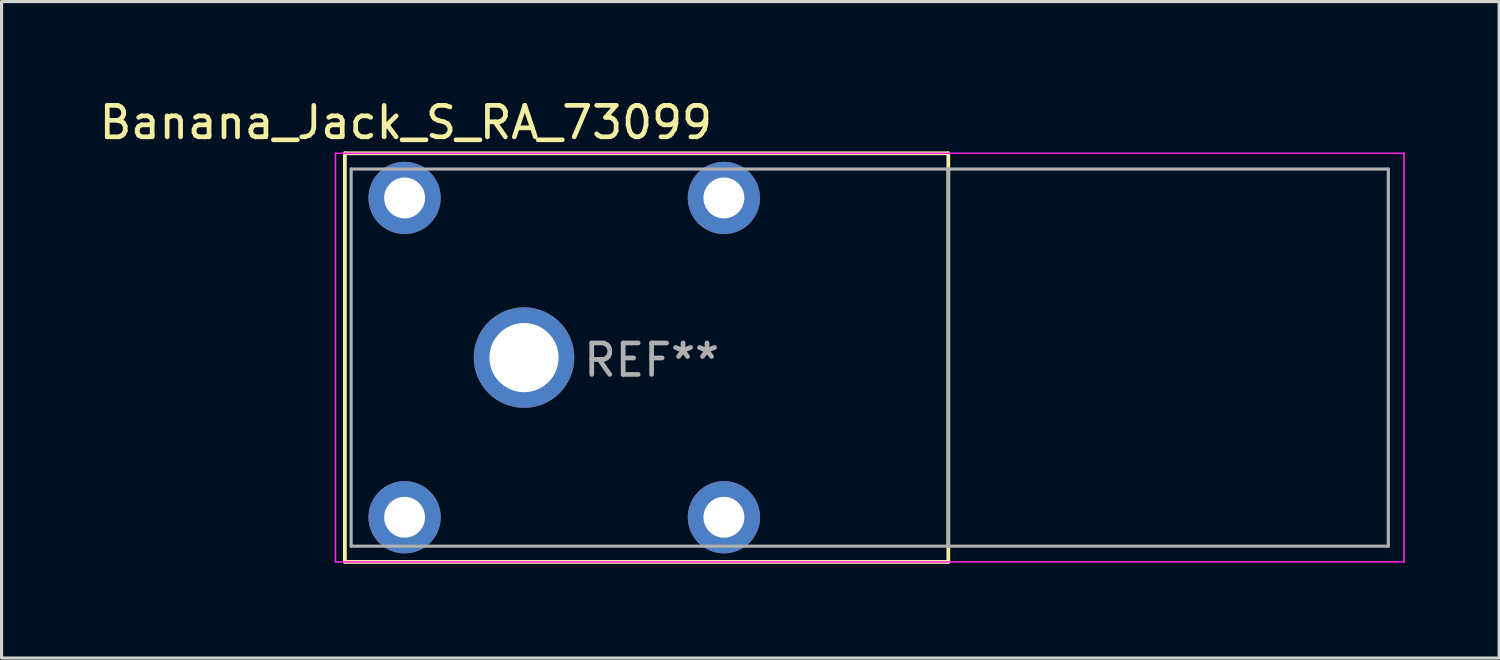
<source format=kicad_pcb>
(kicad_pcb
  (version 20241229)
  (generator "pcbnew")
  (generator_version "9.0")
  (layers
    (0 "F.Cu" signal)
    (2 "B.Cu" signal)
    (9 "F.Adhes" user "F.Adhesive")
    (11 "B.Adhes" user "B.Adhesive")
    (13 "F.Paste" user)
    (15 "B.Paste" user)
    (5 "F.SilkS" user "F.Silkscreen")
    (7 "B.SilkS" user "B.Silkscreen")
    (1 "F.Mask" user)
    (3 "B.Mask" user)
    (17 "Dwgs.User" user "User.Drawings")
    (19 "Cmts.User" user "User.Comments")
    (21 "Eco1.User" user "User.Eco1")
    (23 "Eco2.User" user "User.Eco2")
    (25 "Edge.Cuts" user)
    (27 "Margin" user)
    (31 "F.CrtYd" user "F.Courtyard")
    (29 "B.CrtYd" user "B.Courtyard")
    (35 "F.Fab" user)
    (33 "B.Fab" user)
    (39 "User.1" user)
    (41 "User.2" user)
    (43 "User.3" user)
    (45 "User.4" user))
  (footprint "Banana_Jack_S_RA_73099"
    (layer "F.Cu")
    (at 13.623 8.328)
    (property "Reference" "Banana_Jack_S_RA_73099" (at -3.76 -7.48 180) (layer "F.SilkS") (effects (font (size 1 1) (thickness 0.15))))
    (attr through_hole)
    (fp_line (start -5.7 -6.5) (end -5.7 6.5) (stroke (width 0.12) (type solid)) (layer "F.SilkS"))
    (fp_line (start -5.7 6.5) (end 13.5 6.5) (stroke (width 0.12) (type solid)) (layer "F.SilkS"))
    (fp_line (start 13.5 -6.5) (end -5.7 -6.5) (stroke (width 0.12) (type solid)) (layer "F.SilkS"))
    (fp_line (start 13.5 -6.5) (end 13.5 6.5) (stroke (width 0.12) (type solid)) (layer "F.SilkS"))
    (fp_line (start -6 -6.5) (end -6 6.5) (stroke (width 0.05) (type solid)) (layer "F.CrtYd"))
    (fp_line (start -6 6.5) (end 28 6.5) (stroke (width 0.05) (type solid)) (layer "F.CrtYd"))
    (fp_line (start 28 -6.5) (end -6 -6.5) (stroke (width 0.05) (type solid)) (layer "F.CrtYd"))
    (fp_line (start 28 6.5) (end 28 -6.5) (stroke (width 0.05) (type solid)) (layer "F.CrtYd"))
    (fp_line (start -5.5 -6) (end -5.5 6) (stroke (width 0.1) (type solid)) (layer "F.Fab"))
    (fp_line (start -5.5 -6) (end 27.5 -6) (stroke (width 0.1) (type solid)) (layer "F.Fab"))
    (fp_line (start -5.5 6) (end 27.5 6) (stroke (width 0.1) (type solid)) (layer "F.Fab"))
    (fp_line (start 13.5 -6) (end 13.5 6) (stroke (width 0.1) (type solid)) (layer "F.Fab"))
    (fp_line (start 27.5 -6) (end 27.5 6) (stroke (width 0.1) (type solid)) (layer "F.Fab"))
    (fp_text user "REF**" (at 4.06 0.08 0) (layer "F.Fab") (effects (font (size 1 1) (thickness 0.15))))
    (pad "1" thru_hole circle (at 0 0) (size 3.2 3.2) (drill 2.2) (layers "*.Cu" "*.Mask"))
    (pad "2" thru_hole circle (at -3.8 -5.08) (size 2.3 2.3) (drill 1.3) (layers "*.Cu" "*.Mask"))
    (pad "2" thru_hole circle (at -3.8 5.08) (size 2.3 2.3) (drill 1.3) (layers "*.Cu" "*.Mask"))
    (pad "2" thru_hole circle (at 6.36 -5.08) (size 2.3 2.3) (drill 1.3) (layers "*.Cu" "*.Mask"))
    (pad "2" thru_hole circle (at 6.36 5.08) (size 2.3 2.3) (drill 1.3) (layers "*.Cu" "*.Mask")))
  (gr_rect
    (start -3 -3)
    (end 44.648 17.888)
    (stroke (width 0.1) (type default))
    (fill no)
    (layer "Edge.Cuts")))
</source>
